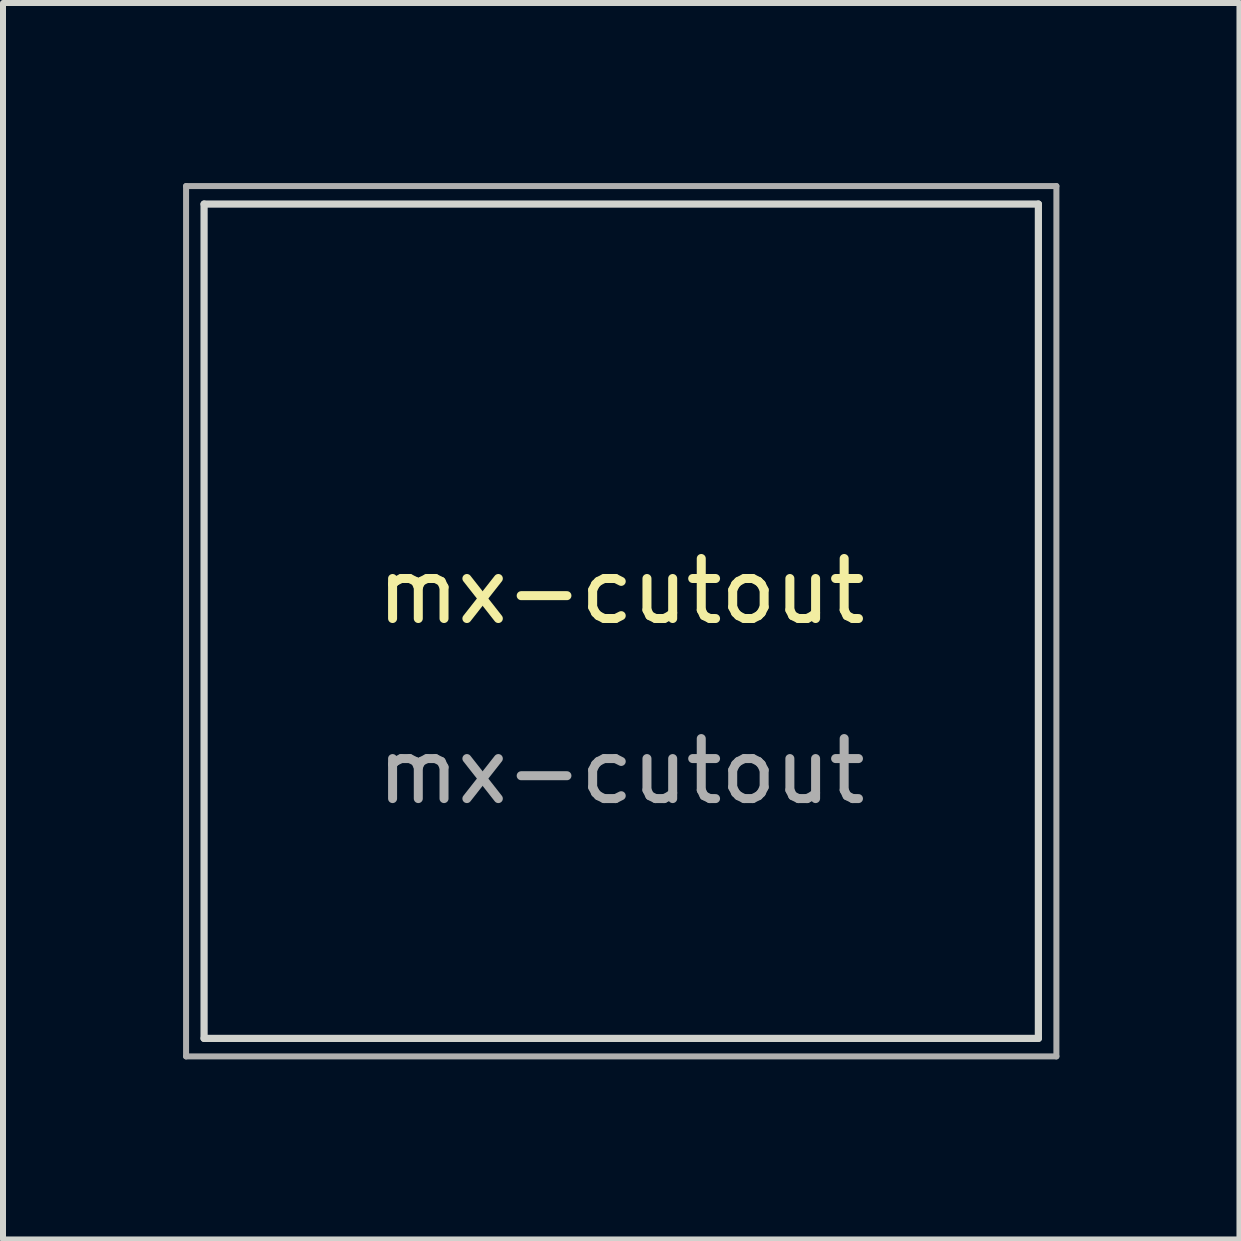
<source format=kicad_pcb>
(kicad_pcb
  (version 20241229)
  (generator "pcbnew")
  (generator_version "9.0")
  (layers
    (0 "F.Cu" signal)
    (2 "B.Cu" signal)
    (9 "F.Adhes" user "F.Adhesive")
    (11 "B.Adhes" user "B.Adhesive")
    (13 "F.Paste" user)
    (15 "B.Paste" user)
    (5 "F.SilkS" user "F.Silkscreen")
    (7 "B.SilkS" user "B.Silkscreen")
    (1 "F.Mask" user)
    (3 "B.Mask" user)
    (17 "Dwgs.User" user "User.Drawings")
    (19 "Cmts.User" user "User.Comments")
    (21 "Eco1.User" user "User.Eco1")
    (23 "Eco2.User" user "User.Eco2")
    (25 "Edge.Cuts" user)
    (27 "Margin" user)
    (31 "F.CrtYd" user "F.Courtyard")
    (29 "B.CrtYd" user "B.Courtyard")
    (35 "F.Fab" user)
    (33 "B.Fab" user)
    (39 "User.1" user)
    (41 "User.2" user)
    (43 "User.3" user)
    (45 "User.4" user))
  (footprint "mx-cutout"
    (layer "F.Cu")
    (at 7.3 7.3)
    (property "Reference" "mx-cutout" (at 0 -0.5 0) (unlocked yes) (layer "F.SilkS") (effects (font (size 1 1) (thickness 0.15))))
    (fp_line (start -6.95 -6.95) (end 6.95 -6.95) (stroke (width 0.12) (type default)) (layer "Edge.Cuts"))
    (fp_line (start -6.95 6.95) (end -6.95 -6.95) (stroke (width 0.12) (type default)) (layer "Edge.Cuts"))
    (fp_line (start 6.95 -6.95) (end 6.95 6.95) (stroke (width 0.12) (type default)) (layer "Edge.Cuts"))
    (fp_line (start 6.95 6.95) (end -6.95 6.95) (stroke (width 0.12) (type default)) (layer "Edge.Cuts"))
    (fp_line (start -7.25 -7.25) (end 7.25 -7.25) (stroke (width 0.1) (type default)) (layer "F.Fab"))
    (fp_line (start -7.25 7.25) (end -7.25 -7.25) (stroke (width 0.1) (type default)) (layer "F.Fab"))
    (fp_line (start 7.25 -7.25) (end 7.25 7.25) (stroke (width 0.1) (type default)) (layer "F.Fab"))
    (fp_line (start 7.25 7.25) (end -7.25 7.25) (stroke (width 0.1) (type default)) (layer "F.Fab"))
    (fp_text user "${REFERENCE}" (at 0 2.5 0) (unlocked yes) (layer "F.Fab") (effects (font (size 1 1) (thickness 0.15)))))
  (gr_rect
    (start -3 -3)
    (end 17.6 17.6)
    (stroke (width 0.1) (type default))
    (fill no)
    (layer "Edge.Cuts")))
</source>
